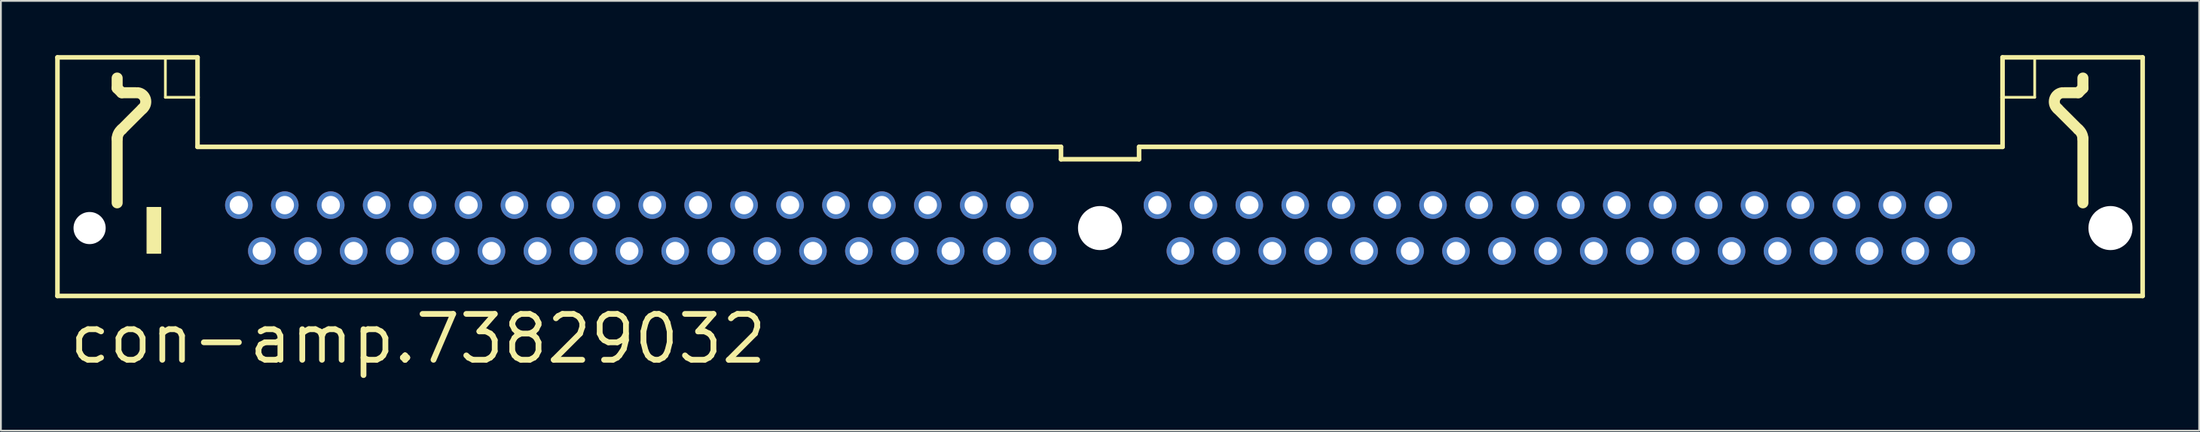
<source format=kicad_pcb>
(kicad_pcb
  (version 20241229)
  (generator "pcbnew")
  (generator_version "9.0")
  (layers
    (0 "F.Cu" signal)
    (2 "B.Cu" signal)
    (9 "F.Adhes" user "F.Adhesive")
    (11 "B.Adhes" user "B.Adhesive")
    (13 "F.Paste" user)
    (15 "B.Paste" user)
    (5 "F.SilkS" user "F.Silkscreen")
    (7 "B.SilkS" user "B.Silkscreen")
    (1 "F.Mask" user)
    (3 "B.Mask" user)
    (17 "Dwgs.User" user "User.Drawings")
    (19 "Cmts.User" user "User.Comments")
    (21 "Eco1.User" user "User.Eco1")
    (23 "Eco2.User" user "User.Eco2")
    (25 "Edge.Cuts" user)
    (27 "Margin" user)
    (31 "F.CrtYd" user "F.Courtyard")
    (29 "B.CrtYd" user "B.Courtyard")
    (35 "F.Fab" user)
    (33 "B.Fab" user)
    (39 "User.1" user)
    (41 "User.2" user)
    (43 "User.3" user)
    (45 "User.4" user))
  (footprint "con-amp.73829032"
    (layer "F.Cu")
    (at 57.785 9.576)
    (property "Reference" "con-amp.73829032" (at -57.15 7.62 0) (layer "F.SilkS") (effects (font (size 2.54 2.54) (thickness 0.32)) (justify left bottom)))
    (attr through_hole)
    (fp_line (start -57.658 -9.449) (end -57.658 3.759) (stroke (width 0.254) (type default)) (layer "F.SilkS"))
    (fp_line (start -54.356 -8.306) (end -54.356 -7.747) (stroke (width 0.61) (type default)) (layer "F.SilkS"))
    (fp_line (start -54.356 -7.747) (end -54.102 -7.493) (stroke (width 0.61) (type default)) (layer "F.SilkS"))
    (fp_line (start -54.356 -1.397) (end -54.356 -4.953) (stroke (width 0.61) (type default)) (layer "F.SilkS"))
    (fp_line (start -54.102 -7.493) (end -53.34 -7.493) (stroke (width 0.61) (type default)) (layer "F.SilkS"))
    (fp_line (start -54.102 -5.461) (end -52.959 -6.604) (stroke (width 0.61) (type default)) (layer "F.SilkS"))
    (fp_line (start -51.689 -7.239) (end -51.689 -9.398) (stroke (width 0.152) (type default)) (layer "F.SilkS"))
    (fp_line (start -51.689 -7.239) (end -49.911 -7.239) (stroke (width 0.152) (type default)) (layer "F.SilkS"))
    (fp_line (start -49.911 -9.449) (end -57.658 -9.449) (stroke (width 0.254) (type default)) (layer "F.SilkS"))
    (fp_line (start -49.911 -7.239) (end -49.911 -9.449) (stroke (width 0.254) (type default)) (layer "F.SilkS"))
    (fp_line (start -49.911 -4.496) (end -49.911 -7.239) (stroke (width 0.254) (type default)) (layer "F.SilkS"))
    (fp_line (start -49.911 -4.496) (end -2.159 -4.496) (stroke (width 0.254) (type default)) (layer "F.SilkS"))
    (fp_line (start -2.159 -4.496) (end -2.159 -3.81) (stroke (width 0.254) (type default)) (layer "F.SilkS"))
    (fp_line (start -2.159 -3.81) (end 2.159 -3.81) (stroke (width 0.254) (type default)) (layer "F.SilkS"))
    (fp_line (start 2.159 -4.496) (end 49.911 -4.496) (stroke (width 0.254) (type default)) (layer "F.SilkS"))
    (fp_line (start 2.159 -3.81) (end 2.159 -4.496) (stroke (width 0.254) (type default)) (layer "F.SilkS"))
    (fp_line (start 49.911 -9.449) (end 57.658 -9.449) (stroke (width 0.254) (type default)) (layer "F.SilkS"))
    (fp_line (start 49.911 -7.239) (end 49.911 -9.449) (stroke (width 0.254) (type default)) (layer "F.SilkS"))
    (fp_line (start 49.911 -4.496) (end 49.911 -7.239) (stroke (width 0.254) (type default)) (layer "F.SilkS"))
    (fp_line (start 51.689 -7.239) (end 49.911 -7.239) (stroke (width 0.152) (type default)) (layer "F.SilkS"))
    (fp_line (start 51.689 -7.239) (end 51.689 -9.398) (stroke (width 0.152) (type default)) (layer "F.SilkS"))
    (fp_line (start 54.102 -7.493) (end 53.34 -7.493) (stroke (width 0.61) (type default)) (layer "F.SilkS"))
    (fp_line (start 54.102 -5.461) (end 52.959 -6.604) (stroke (width 0.61) (type default)) (layer "F.SilkS"))
    (fp_line (start 54.356 -8.306) (end 54.356 -7.747) (stroke (width 0.61) (type default)) (layer "F.SilkS"))
    (fp_line (start 54.356 -7.747) (end 54.102 -7.493) (stroke (width 0.61) (type default)) (layer "F.SilkS"))
    (fp_line (start 54.356 -1.397) (end 54.356 -4.953) (stroke (width 0.61) (type default)) (layer "F.SilkS"))
    (fp_line (start 57.658 -9.449) (end 57.658 3.759) (stroke (width 0.254) (type default)) (layer "F.SilkS"))
    (fp_line (start 57.658 3.759) (end -57.658 3.759) (stroke (width 0.254) (type default)) (layer "F.SilkS"))
    (fp_rect (start -52.705 1.397) (end -51.943 -1.143) (stroke (width 0.05) (type default)) (fill yes) (layer "F.SilkS"))
    (fp_arc (start -54.356 -4.953) (mid -54.282902 -5.233951) (end -54.102 -5.461) (stroke (width 0.6096) (type default)) (layer "F.SilkS"))
    (fp_arc (start -53.213 -7.493) (mid -52.792833 -7.132221) (end -52.9589 -6.6039) (stroke (width 0.6096) (type default)) (layer "F.SilkS"))
    (fp_arc (start 52.959 -6.604) (mid 52.792944 -7.13219) (end 53.213 -7.4929) (stroke (width 0.6096) (type default)) (layer "F.SilkS"))
    (fp_arc (start 54.102 -5.461) (mid 54.282902 -5.233951) (end 54.356 -4.953) (stroke (width 0.6096) (type default)) (layer "F.SilkS"))
    (pad "" np_thru_hole circle (at -55.88 0) (size 1.778 1.778) (drill 1.778) (layers "*.Cu" "*.Mask"))
    (pad "" np_thru_hole circle (at 0 0) (size 2.438 2.438) (drill 2.438) (layers "*.Cu" "*.Mask"))
    (pad "" np_thru_hole circle (at 55.88 0) (size 2.438 2.438) (drill 2.438) (layers "*.Cu" "*.Mask"))
    (pad "1" thru_hole circle (at -47.625 -1.27) (size 1.524 1.524) (drill 1.016) (layers "*.Cu" "*.Mask"))
    (pad "2" thru_hole circle (at -46.355 1.27) (size 1.524 1.524) (drill 1.016) (layers "*.Cu" "*.Mask"))
    (pad "3" thru_hole circle (at -45.085 -1.27) (size 1.524 1.524) (drill 1.016) (layers "*.Cu" "*.Mask"))
    (pad "4" thru_hole circle (at -43.815 1.27) (size 1.524 1.524) (drill 1.016) (layers "*.Cu" "*.Mask"))
    (pad "5" thru_hole circle (at -42.545 -1.27) (size 1.524 1.524) (drill 1.016) (layers "*.Cu" "*.Mask"))
    (pad "6" thru_hole circle (at -41.275 1.27) (size 1.524 1.524) (drill 1.016) (layers "*.Cu" "*.Mask"))
    (pad "7" thru_hole circle (at -40.005 -1.27) (size 1.524 1.524) (drill 1.016) (layers "*.Cu" "*.Mask"))
    (pad "8" thru_hole circle (at -38.735 1.27) (size 1.524 1.524) (drill 1.016) (layers "*.Cu" "*.Mask"))
    (pad "9" thru_hole circle (at -37.465 -1.27) (size 1.524 1.524) (drill 1.016) (layers "*.Cu" "*.Mask"))
    (pad "10" thru_hole circle (at -36.195 1.27) (size 1.524 1.524) (drill 1.016) (layers "*.Cu" "*.Mask"))
    (pad "11" thru_hole circle (at -34.925 -1.27) (size 1.524 1.524) (drill 1.016) (layers "*.Cu" "*.Mask"))
    (pad "12" thru_hole circle (at -33.655 1.27) (size 1.524 1.524) (drill 1.016) (layers "*.Cu" "*.Mask"))
    (pad "13" thru_hole circle (at -32.385 -1.27) (size 1.524 1.524) (drill 1.016) (layers "*.Cu" "*.Mask"))
    (pad "14" thru_hole circle (at -31.115 1.27) (size 1.524 1.524) (drill 1.016) (layers "*.Cu" "*.Mask"))
    (pad "15" thru_hole circle (at -29.845 -1.27) (size 1.524 1.524) (drill 1.016) (layers "*.Cu" "*.Mask"))
    (pad "16" thru_hole circle (at -28.575 1.27) (size 1.524 1.524) (drill 1.016) (layers "*.Cu" "*.Mask"))
    (pad "17" thru_hole circle (at -27.305 -1.27) (size 1.524 1.524) (drill 1.016) (layers "*.Cu" "*.Mask"))
    (pad "18" thru_hole circle (at -26.035 1.27) (size 1.524 1.524) (drill 1.016) (layers "*.Cu" "*.Mask"))
    (pad "19" thru_hole circle (at -24.765 -1.27) (size 1.524 1.524) (drill 1.016) (layers "*.Cu" "*.Mask"))
    (pad "20" thru_hole circle (at -23.495 1.27) (size 1.524 1.524) (drill 1.016) (layers "*.Cu" "*.Mask"))
    (pad "21" thru_hole circle (at -22.225 -1.27) (size 1.524 1.524) (drill 1.016) (layers "*.Cu" "*.Mask"))
    (pad "22" thru_hole circle (at -20.955 1.27) (size 1.524 1.524) (drill 1.016) (layers "*.Cu" "*.Mask"))
    (pad "23" thru_hole circle (at -19.685 -1.27) (size 1.524 1.524) (drill 1.016) (layers "*.Cu" "*.Mask"))
    (pad "24" thru_hole circle (at -18.415 1.27) (size 1.524 1.524) (drill 1.016) (layers "*.Cu" "*.Mask"))
    (pad "25" thru_hole circle (at -17.145 -1.27) (size 1.524 1.524) (drill 1.016) (layers "*.Cu" "*.Mask"))
    (pad "26" thru_hole circle (at -15.875 1.27) (size 1.524 1.524) (drill 1.016) (layers "*.Cu" "*.Mask"))
    (pad "27" thru_hole circle (at -14.605 -1.27) (size 1.524 1.524) (drill 1.016) (layers "*.Cu" "*.Mask"))
    (pad "28" thru_hole circle (at -13.335 1.27) (size 1.524 1.524) (drill 1.016) (layers "*.Cu" "*.Mask"))
    (pad "29" thru_hole circle (at -12.065 -1.27) (size 1.524 1.524) (drill 1.016) (layers "*.Cu" "*.Mask"))
    (pad "30" thru_hole circle (at -10.795 1.27) (size 1.524 1.524) (drill 1.016) (layers "*.Cu" "*.Mask"))
    (pad "31" thru_hole circle (at -9.525 -1.27) (size 1.524 1.524) (drill 1.016) (layers "*.Cu" "*.Mask"))
    (pad "32" thru_hole circle (at -8.255 1.27) (size 1.524 1.524) (drill 1.016) (layers "*.Cu" "*.Mask"))
    (pad "33" thru_hole circle (at -6.985 -1.27) (size 1.524 1.524) (drill 1.016) (layers "*.Cu" "*.Mask"))
    (pad "34" thru_hole circle (at -5.715 1.27) (size 1.524 1.524) (drill 1.016) (layers "*.Cu" "*.Mask"))
    (pad "35" thru_hole circle (at -4.445 -1.27) (size 1.524 1.524) (drill 1.016) (layers "*.Cu" "*.Mask"))
    (pad "36" thru_hole circle (at -3.175 1.27) (size 1.524 1.524) (drill 1.016) (layers "*.Cu" "*.Mask"))
    (pad "37" thru_hole circle (at 3.175 -1.27) (size 1.524 1.524) (drill 1.016) (layers "*.Cu" "*.Mask"))
    (pad "38" thru_hole circle (at 4.445 1.27) (size 1.524 1.524) (drill 1.016) (layers "*.Cu" "*.Mask"))
    (pad "39" thru_hole circle (at 5.715 -1.27) (size 1.524 1.524) (drill 1.016) (layers "*.Cu" "*.Mask"))
    (pad "40" thru_hole circle (at 6.985 1.27) (size 1.524 1.524) (drill 1.016) (layers "*.Cu" "*.Mask"))
    (pad "41" thru_hole circle (at 8.255 -1.27) (size 1.524 1.524) (drill 1.016) (layers "*.Cu" "*.Mask"))
    (pad "42" thru_hole circle (at 9.525 1.27) (size 1.524 1.524) (drill 1.016) (layers "*.Cu" "*.Mask"))
    (pad "43" thru_hole circle (at 10.795 -1.27) (size 1.524 1.524) (drill 1.016) (layers "*.Cu" "*.Mask"))
    (pad "44" thru_hole circle (at 12.065 1.27) (size 1.524 1.524) (drill 1.016) (layers "*.Cu" "*.Mask"))
    (pad "45" thru_hole circle (at 13.335 -1.27) (size 1.524 1.524) (drill 1.016) (layers "*.Cu" "*.Mask"))
    (pad "46" thru_hole circle (at 14.605 1.27) (size 1.524 1.524) (drill 1.016) (layers "*.Cu" "*.Mask"))
    (pad "47" thru_hole circle (at 15.875 -1.27) (size 1.524 1.524) (drill 1.016) (layers "*.Cu" "*.Mask"))
    (pad "48" thru_hole circle (at 17.145 1.27) (size 1.524 1.524) (drill 1.016) (layers "*.Cu" "*.Mask"))
    (pad "49" thru_hole circle (at 18.415 -1.27) (size 1.524 1.524) (drill 1.016) (layers "*.Cu" "*.Mask"))
    (pad "50" thru_hole circle (at 19.685 1.27) (size 1.524 1.524) (drill 1.016) (layers "*.Cu" "*.Mask"))
    (pad "51" thru_hole circle (at 20.955 -1.27) (size 1.524 1.524) (drill 1.016) (layers "*.Cu" "*.Mask"))
    (pad "52" thru_hole circle (at 22.225 1.27) (size 1.524 1.524) (drill 1.016) (layers "*.Cu" "*.Mask"))
    (pad "53" thru_hole circle (at 23.495 -1.27) (size 1.524 1.524) (drill 1.016) (layers "*.Cu" "*.Mask"))
    (pad "54" thru_hole circle (at 24.765 1.27) (size 1.524 1.524) (drill 1.016) (layers "*.Cu" "*.Mask"))
    (pad "55" thru_hole circle (at 26.035 -1.27) (size 1.524 1.524) (drill 1.016) (layers "*.Cu" "*.Mask"))
    (pad "56" thru_hole circle (at 27.305 1.27) (size 1.524 1.524) (drill 1.016) (layers "*.Cu" "*.Mask"))
    (pad "57" thru_hole circle (at 28.575 -1.27) (size 1.524 1.524) (drill 1.016) (layers "*.Cu" "*.Mask"))
    (pad "58" thru_hole circle (at 29.845 1.27) (size 1.524 1.524) (drill 1.016) (layers "*.Cu" "*.Mask"))
    (pad "59" thru_hole circle (at 31.115 -1.27) (size 1.524 1.524) (drill 1.016) (layers "*.Cu" "*.Mask"))
    (pad "60" thru_hole circle (at 32.385 1.27) (size 1.524 1.524) (drill 1.016) (layers "*.Cu" "*.Mask"))
    (pad "61" thru_hole circle (at 33.655 -1.27) (size 1.524 1.524) (drill 1.016) (layers "*.Cu" "*.Mask"))
    (pad "62" thru_hole circle (at 34.925 1.27) (size 1.524 1.524) (drill 1.016) (layers "*.Cu" "*.Mask"))
    (pad "63" thru_hole circle (at 36.195 -1.27) (size 1.524 1.524) (drill 1.016) (layers "*.Cu" "*.Mask"))
    (pad "64" thru_hole circle (at 37.465 1.27) (size 1.524 1.524) (drill 1.016) (layers "*.Cu" "*.Mask"))
    (pad "65" thru_hole circle (at 38.735 -1.27) (size 1.524 1.524) (drill 1.016) (layers "*.Cu" "*.Mask"))
    (pad "66" thru_hole circle (at 40.005 1.27) (size 1.524 1.524) (drill 1.016) (layers "*.Cu" "*.Mask"))
    (pad "67" thru_hole circle (at 41.275 -1.27) (size 1.524 1.524) (drill 1.016) (layers "*.Cu" "*.Mask"))
    (pad "68" thru_hole circle (at 42.545 1.27) (size 1.524 1.524) (drill 1.016) (layers "*.Cu" "*.Mask"))
    (pad "69" thru_hole circle (at 43.815 -1.27) (size 1.524 1.524) (drill 1.016) (layers "*.Cu" "*.Mask"))
    (pad "70" thru_hole circle (at 45.085 1.27) (size 1.524 1.524) (drill 1.016) (layers "*.Cu" "*.Mask"))
    (pad "71" thru_hole circle (at 46.355 -1.27) (size 1.524 1.524) (drill 1.016) (layers "*.Cu" "*.Mask"))
    (pad "72" thru_hole circle (at 47.625 1.27) (size 1.524 1.524) (drill 1.016) (layers "*.Cu" "*.Mask")))
  (gr_rect
    (start -3 -3)
    (end 118.57 20.791)
    (stroke (width 0.1) (type default))
    (fill no)
    (layer "Edge.Cuts")))
</source>
